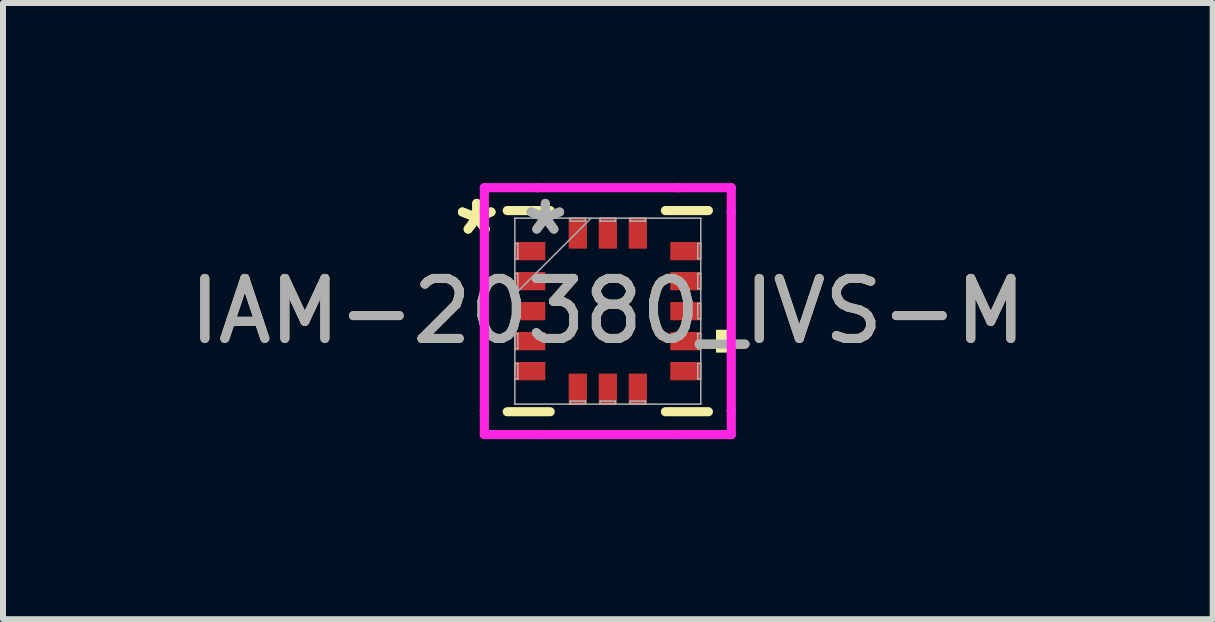
<source format=kicad_pcb>
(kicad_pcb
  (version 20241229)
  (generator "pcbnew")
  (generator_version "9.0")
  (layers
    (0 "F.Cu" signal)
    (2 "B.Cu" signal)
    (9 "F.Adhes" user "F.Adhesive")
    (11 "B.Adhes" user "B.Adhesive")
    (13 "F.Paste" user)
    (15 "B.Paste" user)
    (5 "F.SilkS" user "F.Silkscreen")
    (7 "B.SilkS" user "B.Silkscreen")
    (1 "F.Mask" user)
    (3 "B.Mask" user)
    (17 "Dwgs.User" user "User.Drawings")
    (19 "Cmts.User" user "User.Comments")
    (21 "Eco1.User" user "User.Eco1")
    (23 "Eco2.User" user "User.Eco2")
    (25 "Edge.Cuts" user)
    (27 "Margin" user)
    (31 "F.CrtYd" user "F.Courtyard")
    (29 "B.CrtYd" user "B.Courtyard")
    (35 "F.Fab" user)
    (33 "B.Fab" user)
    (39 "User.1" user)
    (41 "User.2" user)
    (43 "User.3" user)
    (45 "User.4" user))
  (footprint "IAM-20380_IVS-M"
    (layer "F.Cu")
    (at 7.077 2.134)
    (property "Reference" "IAM-20380_IVS-M" (at 0 0 0) (unlocked yes) (layer "F.SilkS") (effects (font (size 1 1) (thickness 0.15))))
    (attr smd)
    (fp_line (start -1.676 1.676) (end -0.96 1.676) (stroke (width 0.152) (type solid)) (layer "F.SilkS"))
    (fp_line (start -0.96 -1.676) (end -1.676 -1.676) (stroke (width 0.152) (type solid)) (layer "F.SilkS"))
    (fp_line (start 0.96 1.676) (end 1.676 1.676) (stroke (width 0.152) (type solid)) (layer "F.SilkS"))
    (fp_line (start 1.676 -1.676) (end 0.96 -1.676) (stroke (width 0.152) (type solid)) (layer "F.SilkS"))
    (fp_poly (pts (xy 2.057 0.31) (xy 2.057 0.691) (xy 1.803 0.691) (xy 1.803 0.31)) (stroke (width 0) (type solid)) (fill yes) (layer "F.SilkS"))
    (fp_line (start -2.057 -2.057) (end -1.161 -2.057) (stroke (width 0.152) (type solid)) (layer "F.CrtYd"))
    (fp_line (start -2.057 -1.661) (end -2.057 -2.057) (stroke (width 0.152) (type solid)) (layer "F.CrtYd"))
    (fp_line (start -2.057 -1.661) (end -2.057 -1.661) (stroke (width 0.152) (type solid)) (layer "F.CrtYd"))
    (fp_line (start -2.057 1.661) (end -2.057 -1.661) (stroke (width 0.152) (type solid)) (layer "F.CrtYd"))
    (fp_line (start -2.057 1.661) (end -2.057 1.661) (stroke (width 0.152) (type solid)) (layer "F.CrtYd"))
    (fp_line (start -2.057 2.057) (end -2.057 1.661) (stroke (width 0.152) (type solid)) (layer "F.CrtYd"))
    (fp_line (start -1.161 -2.057) (end -1.161 -2.057) (stroke (width 0.152) (type solid)) (layer "F.CrtYd"))
    (fp_line (start -1.161 -2.057) (end 1.161 -2.057) (stroke (width 0.152) (type solid)) (layer "F.CrtYd"))
    (fp_line (start -1.161 2.057) (end -2.057 2.057) (stroke (width 0.152) (type solid)) (layer "F.CrtYd"))
    (fp_line (start -1.161 2.057) (end -1.161 2.057) (stroke (width 0.152) (type solid)) (layer "F.CrtYd"))
    (fp_line (start 1.161 -2.057) (end 1.161 -2.057) (stroke (width 0.152) (type solid)) (layer "F.CrtYd"))
    (fp_line (start 1.161 -2.057) (end 2.057 -2.057) (stroke (width 0.152) (type solid)) (layer "F.CrtYd"))
    (fp_line (start 1.161 2.057) (end -1.161 2.057) (stroke (width 0.152) (type solid)) (layer "F.CrtYd"))
    (fp_line (start 1.161 2.057) (end 1.161 2.057) (stroke (width 0.152) (type solid)) (layer "F.CrtYd"))
    (fp_line (start 2.057 -2.057) (end 2.057 -1.661) (stroke (width 0.152) (type solid)) (layer "F.CrtYd"))
    (fp_line (start 2.057 -1.661) (end 2.057 -1.661) (stroke (width 0.152) (type solid)) (layer "F.CrtYd"))
    (fp_line (start 2.057 -1.661) (end 2.057 1.661) (stroke (width 0.152) (type solid)) (layer "F.CrtYd"))
    (fp_line (start 2.057 1.661) (end 2.057 1.661) (stroke (width 0.152) (type solid)) (layer "F.CrtYd"))
    (fp_line (start 2.057 1.661) (end 2.057 2.057) (stroke (width 0.152) (type solid)) (layer "F.CrtYd"))
    (fp_line (start 2.057 2.057) (end 1.161 2.057) (stroke (width 0.152) (type solid)) (layer "F.CrtYd"))
    (fp_line (start -1.549 -1.549) (end -1.549 -1.549) (stroke (width 0.025) (type solid)) (layer "F.Fab"))
    (fp_line (start -1.549 -1.549) (end -1.549 1.549) (stroke (width 0.025) (type solid)) (layer "F.Fab"))
    (fp_line (start -1.549 -1.127) (end -1.499 -1.127) (stroke (width 0.025) (type solid)) (layer "F.Fab"))
    (fp_line (start -1.549 -0.873) (end -1.549 -1.127) (stroke (width 0.025) (type solid)) (layer "F.Fab"))
    (fp_line (start -1.549 -0.627) (end -1.499 -0.627) (stroke (width 0.025) (type solid)) (layer "F.Fab"))
    (fp_line (start -1.549 -0.373) (end -1.549 -0.627) (stroke (width 0.025) (type solid)) (layer "F.Fab"))
    (fp_line (start -1.549 -0.279) (end -0.279 -1.549) (stroke (width 0.025) (type solid)) (layer "F.Fab"))
    (fp_line (start -1.549 -0.127) (end -1.499 -0.127) (stroke (width 0.025) (type solid)) (layer "F.Fab"))
    (fp_line (start -1.549 0.127) (end -1.549 -0.127) (stroke (width 0.025) (type solid)) (layer "F.Fab"))
    (fp_line (start -1.549 0.373) (end -1.499 0.373) (stroke (width 0.025) (type solid)) (layer "F.Fab"))
    (fp_line (start -1.549 0.627) (end -1.549 0.373) (stroke (width 0.025) (type solid)) (layer "F.Fab"))
    (fp_line (start -1.549 0.873) (end -1.499 0.873) (stroke (width 0.025) (type solid)) (layer "F.Fab"))
    (fp_line (start -1.549 1.127) (end -1.549 0.873) (stroke (width 0.025) (type solid)) (layer "F.Fab"))
    (fp_line (start -1.549 1.549) (end -1.549 1.549) (stroke (width 0.025) (type solid)) (layer "F.Fab"))
    (fp_line (start -1.549 1.549) (end 1.549 1.549) (stroke (width 0.025) (type solid)) (layer "F.Fab"))
    (fp_line (start -1.499 -1.127) (end -1.499 -0.873) (stroke (width 0.025) (type solid)) (layer "F.Fab"))
    (fp_line (start -1.499 -0.873) (end -1.549 -0.873) (stroke (width 0.025) (type solid)) (layer "F.Fab"))
    (fp_line (start -1.499 -0.627) (end -1.499 -0.373) (stroke (width 0.025) (type solid)) (layer "F.Fab"))
    (fp_line (start -1.499 -0.373) (end -1.549 -0.373) (stroke (width 0.025) (type solid)) (layer "F.Fab"))
    (fp_line (start -1.499 -0.127) (end -1.499 0.127) (stroke (width 0.025) (type solid)) (layer "F.Fab"))
    (fp_line (start -1.499 0.127) (end -1.549 0.127) (stroke (width 0.025) (type solid)) (layer "F.Fab"))
    (fp_line (start -1.499 0.373) (end -1.499 0.627) (stroke (width 0.025) (type solid)) (layer "F.Fab"))
    (fp_line (start -1.499 0.627) (end -1.549 0.627) (stroke (width 0.025) (type solid)) (layer "F.Fab"))
    (fp_line (start -1.499 0.873) (end -1.499 1.127) (stroke (width 0.025) (type solid)) (layer "F.Fab"))
    (fp_line (start -1.499 1.127) (end -1.549 1.127) (stroke (width 0.025) (type solid)) (layer "F.Fab"))
    (fp_line (start -0.627 -1.549) (end -0.373 -1.549) (stroke (width 0.025) (type solid)) (layer "F.Fab"))
    (fp_line (start -0.627 -1.499) (end -0.627 -1.549) (stroke (width 0.025) (type solid)) (layer "F.Fab"))
    (fp_line (start -0.627 1.499) (end -0.373 1.499) (stroke (width 0.025) (type solid)) (layer "F.Fab"))
    (fp_line (start -0.627 1.549) (end -0.627 1.499) (stroke (width 0.025) (type solid)) (layer "F.Fab"))
    (fp_line (start -0.373 -1.549) (end -0.373 -1.499) (stroke (width 0.025) (type solid)) (layer "F.Fab"))
    (fp_line (start -0.373 -1.499) (end -0.627 -1.499) (stroke (width 0.025) (type solid)) (layer "F.Fab"))
    (fp_line (start -0.373 1.499) (end -0.373 1.549) (stroke (width 0.025) (type solid)) (layer "F.Fab"))
    (fp_line (start -0.373 1.549) (end -0.627 1.549) (stroke (width 0.025) (type solid)) (layer "F.Fab"))
    (fp_line (start -0.127 -1.549) (end 0.127 -1.549) (stroke (width 0.025) (type solid)) (layer "F.Fab"))
    (fp_line (start -0.127 -1.499) (end -0.127 -1.549) (stroke (width 0.025) (type solid)) (layer "F.Fab"))
    (fp_line (start -0.127 1.499) (end 0.127 1.499) (stroke (width 0.025) (type solid)) (layer "F.Fab"))
    (fp_line (start -0.127 1.549) (end -0.127 1.499) (stroke (width 0.025) (type solid)) (layer "F.Fab"))
    (fp_line (start 0.127 -1.549) (end 0.127 -1.499) (stroke (width 0.025) (type solid)) (layer "F.Fab"))
    (fp_line (start 0.127 -1.499) (end -0.127 -1.499) (stroke (width 0.025) (type solid)) (layer "F.Fab"))
    (fp_line (start 0.127 1.499) (end 0.127 1.549) (stroke (width 0.025) (type solid)) (layer "F.Fab"))
    (fp_line (start 0.127 1.549) (end -0.127 1.549) (stroke (width 0.025) (type solid)) (layer "F.Fab"))
    (fp_line (start 0.373 -1.549) (end 0.627 -1.549) (stroke (width 0.025) (type solid)) (layer "F.Fab"))
    (fp_line (start 0.373 -1.499) (end 0.373 -1.549) (stroke (width 0.025) (type solid)) (layer "F.Fab"))
    (fp_line (start 0.373 1.499) (end 0.627 1.499) (stroke (width 0.025) (type solid)) (layer "F.Fab"))
    (fp_line (start 0.373 1.549) (end 0.373 1.499) (stroke (width 0.025) (type solid)) (layer "F.Fab"))
    (fp_line (start 0.627 -1.549) (end 0.627 -1.499) (stroke (width 0.025) (type solid)) (layer "F.Fab"))
    (fp_line (start 0.627 -1.499) (end 0.373 -1.499) (stroke (width 0.025) (type solid)) (layer "F.Fab"))
    (fp_line (start 0.627 1.499) (end 0.627 1.549) (stroke (width 0.025) (type solid)) (layer "F.Fab"))
    (fp_line (start 0.627 1.549) (end 0.373 1.549) (stroke (width 0.025) (type solid)) (layer "F.Fab"))
    (fp_line (start 1.499 -1.127) (end 1.549 -1.127) (stroke (width 0.025) (type solid)) (layer "F.Fab"))
    (fp_line (start 1.499 -0.873) (end 1.499 -1.127) (stroke (width 0.025) (type solid)) (layer "F.Fab"))
    (fp_line (start 1.499 -0.627) (end 1.549 -0.627) (stroke (width 0.025) (type solid)) (layer "F.Fab"))
    (fp_line (start 1.499 -0.373) (end 1.499 -0.627) (stroke (width 0.025) (type solid)) (layer "F.Fab"))
    (fp_line (start 1.499 -0.127) (end 1.549 -0.127) (stroke (width 0.025) (type solid)) (layer "F.Fab"))
    (fp_line (start 1.499 0.127) (end 1.499 -0.127) (stroke (width 0.025) (type solid)) (layer "F.Fab"))
    (fp_line (start 1.499 0.373) (end 1.549 0.373) (stroke (width 0.025) (type solid)) (layer "F.Fab"))
    (fp_line (start 1.499 0.627) (end 1.499 0.373) (stroke (width 0.025) (type solid)) (layer "F.Fab"))
    (fp_line (start 1.499 0.873) (end 1.549 0.873) (stroke (width 0.025) (type solid)) (layer "F.Fab"))
    (fp_line (start 1.499 1.127) (end 1.499 0.873) (stroke (width 0.025) (type solid)) (layer "F.Fab"))
    (fp_line (start 1.549 -1.549) (end -1.549 -1.549) (stroke (width 0.025) (type solid)) (layer "F.Fab"))
    (fp_line (start 1.549 -1.549) (end 1.549 -1.549) (stroke (width 0.025) (type solid)) (layer "F.Fab"))
    (fp_line (start 1.549 -1.127) (end 1.549 -0.873) (stroke (width 0.025) (type solid)) (layer "F.Fab"))
    (fp_line (start 1.549 -0.873) (end 1.499 -0.873) (stroke (width 0.025) (type solid)) (layer "F.Fab"))
    (fp_line (start 1.549 -0.627) (end 1.549 -0.373) (stroke (width 0.025) (type solid)) (layer "F.Fab"))
    (fp_line (start 1.549 -0.373) (end 1.499 -0.373) (stroke (width 0.025) (type solid)) (layer "F.Fab"))
    (fp_line (start 1.549 -0.127) (end 1.549 0.127) (stroke (width 0.025) (type solid)) (layer "F.Fab"))
    (fp_line (start 1.549 0.127) (end 1.499 0.127) (stroke (width 0.025) (type solid)) (layer "F.Fab"))
    (fp_line (start 1.549 0.373) (end 1.549 0.627) (stroke (width 0.025) (type solid)) (layer "F.Fab"))
    (fp_line (start 1.549 0.627) (end 1.499 0.627) (stroke (width 0.025) (type solid)) (layer "F.Fab"))
    (fp_line (start 1.549 0.873) (end 1.549 1.127) (stroke (width 0.025) (type solid)) (layer "F.Fab"))
    (fp_line (start 1.549 1.127) (end 1.499 1.127) (stroke (width 0.025) (type solid)) (layer "F.Fab"))
    (fp_line (start 1.549 1.549) (end 1.549 -1.549) (stroke (width 0.025) (type solid)) (layer "F.Fab"))
    (fp_line (start 1.549 1.549) (end 1.549 1.549) (stroke (width 0.025) (type solid)) (layer "F.Fab"))
    (fp_text user "*" (at -2.184 -1.25 0) (unlocked yes) (layer "F.SilkS") (effects (font (size 1 1) (thickness 0.15))))
    (fp_text user "*" (at -2.184 -1.25 0) (layer "F.SilkS") (effects (font (size 1 1) (thickness 0.15))))
    (fp_text user "*" (at -1.041 -1.25 0) (layer "F.Fab") (effects (font (size 1 1) (thickness 0.15))))
    (fp_text user "${REFERENCE}" (at 0 0 0) (unlocked yes) (layer "F.Fab") (effects (font (size 1 1) (thickness 0.15))))
    (fp_text user "*" (at -1.041 -1.25 0) (unlocked yes) (layer "F.Fab") (effects (font (size 1 1) (thickness 0.15))))
    (pad "1" smd rect (at -1.295 -1 90) (size 0.305 0.508) (layers "F.Cu" "F.Mask" "F.Paste"))
    (pad "2" smd rect (at -1.295 -0.5 90) (size 0.305 0.508) (layers "F.Cu" "F.Mask" "F.Paste"))
    (pad "3" smd rect (at -1.295 0 90) (size 0.305 0.508) (layers "F.Cu" "F.Mask" "F.Paste"))
    (pad "4" smd rect (at -1.295 0.5 90) (size 0.305 0.508) (layers "F.Cu" "F.Mask" "F.Paste"))
    (pad "5" smd rect (at -1.295 1 90) (size 0.305 0.508) (layers "F.Cu" "F.Mask" "F.Paste"))
    (pad "6" smd rect (at -0.5 1.295) (size 0.305 0.508) (layers "F.Cu" "F.Mask" "F.Paste"))
    (pad "7" smd rect (at 0 1.295) (size 0.305 0.508) (layers "F.Cu" "F.Mask" "F.Paste"))
    (pad "8" smd rect (at 0.5 1.295) (size 0.305 0.508) (layers "F.Cu" "F.Mask" "F.Paste"))
    (pad "9" smd rect (at 1.295 1 90) (size 0.305 0.508) (layers "F.Cu" "F.Mask" "F.Paste"))
    (pad "10" smd rect (at 1.295 0.5 90) (size 0.305 0.508) (layers "F.Cu" "F.Mask" "F.Paste"))
    (pad "11" smd rect (at 1.295 0 90) (size 0.305 0.508) (layers "F.Cu" "F.Mask" "F.Paste"))
    (pad "12" smd rect (at 1.295 -0.5 90) (size 0.305 0.508) (layers "F.Cu" "F.Mask" "F.Paste"))
    (pad "13" smd rect (at 1.295 -1 90) (size 0.305 0.508) (layers "F.Cu" "F.Mask" "F.Paste"))
    (pad "14" smd rect (at 0.5 -1.295) (size 0.305 0.508) (layers "F.Cu" "F.Mask" "F.Paste"))
    (pad "15" smd rect (at 0 -1.295) (size 0.305 0.508) (layers "F.Cu" "F.Mask" "F.Paste"))
    (pad "16" smd rect (at -0.5 -1.295) (size 0.305 0.508) (layers "F.Cu" "F.Mask" "F.Paste")))
  (gr_rect
    (start -3 -3)
    (end 17.155 7.267)
    (stroke (width 0.1) (type default))
    (fill no)
    (layer "Edge.Cuts")))
</source>
